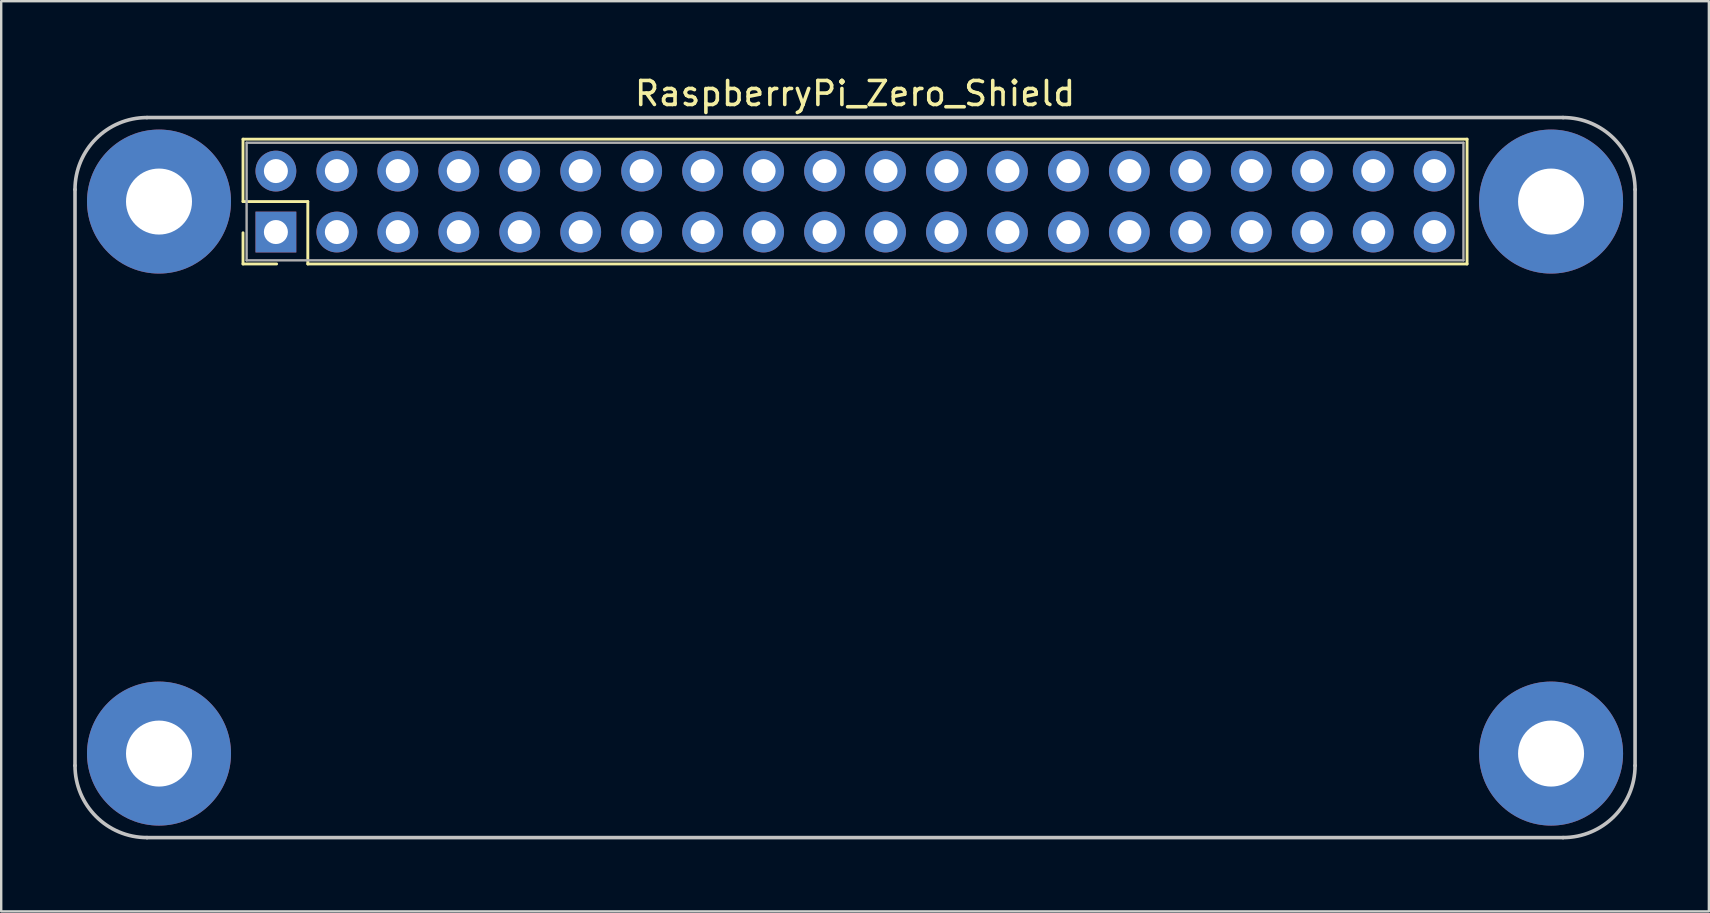
<source format=kicad_pcb>
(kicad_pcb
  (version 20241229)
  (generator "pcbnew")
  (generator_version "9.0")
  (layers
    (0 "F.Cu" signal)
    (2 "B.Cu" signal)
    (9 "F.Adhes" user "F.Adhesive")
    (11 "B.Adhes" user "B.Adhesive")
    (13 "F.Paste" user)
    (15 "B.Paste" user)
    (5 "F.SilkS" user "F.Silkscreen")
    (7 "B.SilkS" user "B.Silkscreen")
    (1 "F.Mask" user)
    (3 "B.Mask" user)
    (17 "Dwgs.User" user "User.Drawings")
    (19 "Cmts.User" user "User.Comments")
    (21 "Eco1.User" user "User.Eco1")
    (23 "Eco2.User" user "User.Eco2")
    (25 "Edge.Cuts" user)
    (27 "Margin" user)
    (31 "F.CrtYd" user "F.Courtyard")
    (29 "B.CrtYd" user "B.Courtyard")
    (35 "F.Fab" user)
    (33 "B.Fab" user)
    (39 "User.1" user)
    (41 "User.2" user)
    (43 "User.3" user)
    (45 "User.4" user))
  (footprint "RaspberryPi_Zero_Shield"
    (layer "F.Cu")
    (at 32.575 5.348)
    (property "Reference" "RaspberryPi_Zero_Shield" (at 0 -4.5 180) (layer "F.SilkS") (effects (font (size 1 1) (thickness 0.15))))
    (attr through_hole)
    (fp_line (start -25.5 -2.6) (end -25.5 0) (stroke (width 0.12) (type solid)) (layer "F.SilkS"))
    (fp_line (start -25.5 0) (end -22.8 0) (stroke (width 0.12) (type solid)) (layer "F.SilkS"))
    (fp_line (start -25.5 2.6) (end -25.5 1.3) (stroke (width 0.12) (type solid)) (layer "F.SilkS"))
    (fp_line (start -24.1 2.6) (end -25.5 2.6) (stroke (width 0.12) (type solid)) (layer "F.SilkS"))
    (fp_line (start -22.8 0) (end -22.8 2.6) (stroke (width 0.12) (type solid)) (layer "F.SilkS"))
    (fp_line (start -22.8 2.6) (end 25.5 2.6) (stroke (width 0.12) (type solid)) (layer "F.SilkS"))
    (fp_line (start 25.5 -2.6) (end -25.5 -2.6) (stroke (width 0.12) (type solid)) (layer "F.SilkS"))
    (fp_line (start 25.5 2.6) (end 25.5 -2.6) (stroke (width 0.12) (type solid)) (layer "F.SilkS"))
    (fp_line (start -32.5 23.5) (end -32.5 -0.5) (stroke (width 0.15) (type solid)) (layer "Dwgs.User"))
    (fp_line (start -29.5 -3.5) (end 29.5 -3.5) (stroke (width 0.15) (type solid)) (layer "Dwgs.User"))
    (fp_line (start 29.5 26.5) (end -29.5 26.5) (stroke (width 0.15) (type solid)) (layer "Dwgs.User"))
    (fp_line (start 32.5 -0.5) (end 32.5 23.5) (stroke (width 0.15) (type solid)) (layer "Dwgs.User"))
    (fp_arc (start -32.5 -0.5) (mid -31.623171 -2.619468) (end -29.505236 -3.499995) (stroke (width 0.15) (type solid)) (layer "Dwgs.User"))
    (fp_arc (start -29.5 26.5) (mid -31.62132 25.62132) (end -32.5 23.5) (stroke (width 0.15) (type solid)) (layer "Dwgs.User"))
    (fp_arc (start 29.5 -3.5) (mid 31.62132 -2.62132) (end 32.5 -0.5) (stroke (width 0.15) (type solid)) (layer "Dwgs.User"))
    (fp_arc (start 32.5 23.5) (mid 31.62132 25.62132) (end 29.5 26.5) (stroke (width 0.15) (type solid)) (layer "Dwgs.User"))
    (fp_line (start -25.35 -2.45) (end -25.35 2.45) (stroke (width 0.1) (type solid)) (layer "F.Fab"))
    (fp_line (start -25.35 2.45) (end 25.35 2.45) (stroke (width 0.1) (type solid)) (layer "F.Fab"))
    (fp_line (start 25.35 -2.45) (end -25.35 -2.45) (stroke (width 0.1) (type solid)) (layer "F.Fab"))
    (fp_line (start 25.35 2.45) (end 25.35 -2.45) (stroke (width 0.1) (type solid)) (layer "F.Fab"))
    (pad "1" thru_hole rect (at -24.13 1.27 90) (size 1.7 1.7) (drill 1) (layers "*.Cu" "*.Mask"))
    (pad "2" thru_hole oval (at -24.13 -1.27 90) (size 1.7 1.7) (drill 1) (layers "*.Cu" "*.Mask"))
    (pad "3" thru_hole oval (at -21.59 1.27 90) (size 1.7 1.7) (drill 1) (layers "*.Cu" "*.Mask"))
    (pad "4" thru_hole oval (at -21.59 -1.27 90) (size 1.7 1.7) (drill 1) (layers "*.Cu" "*.Mask"))
    (pad "5" thru_hole oval (at -19.05 1.27 90) (size 1.7 1.7) (drill 1) (layers "*.Cu" "*.Mask"))
    (pad "6" thru_hole circle (at -29 0) (size 6 6) (drill 2.75) (layers "*.Cu" "*.Mask"))
    (pad "6" thru_hole circle (at -29 23) (size 6 6) (drill 2.75) (layers "*.Cu" "*.Mask"))
    (pad "6" thru_hole oval (at -19.05 -1.27 90) (size 1.7 1.7) (drill 1) (layers "*.Cu" "*.Mask"))
    (pad "6" thru_hole circle (at 29 0) (size 6 6) (drill 2.75) (layers "*.Cu" "*.Mask"))
    (pad "6" thru_hole circle (at 29 23) (size 6 6) (drill 2.75) (layers "*.Cu" "*.Mask"))
    (pad "7" thru_hole oval (at -16.51 1.27 90) (size 1.7 1.7) (drill 1) (layers "*.Cu" "*.Mask"))
    (pad "8" thru_hole oval (at -16.51 -1.27 90) (size 1.7 1.7) (drill 1) (layers "*.Cu" "*.Mask"))
    (pad "9" thru_hole oval (at -13.97 1.27 90) (size 1.7 1.7) (drill 1) (layers "*.Cu" "*.Mask"))
    (pad "10" thru_hole oval (at -13.97 -1.27 90) (size 1.7 1.7) (drill 1) (layers "*.Cu" "*.Mask"))
    (pad "11" thru_hole oval (at -11.43 1.27 90) (size 1.7 1.7) (drill 1) (layers "*.Cu" "*.Mask"))
    (pad "12" thru_hole oval (at -11.43 -1.27 90) (size 1.7 1.7) (drill 1) (layers "*.Cu" "*.Mask"))
    (pad "13" thru_hole oval (at -8.89 1.27 90) (size 1.7 1.7) (drill 1) (layers "*.Cu" "*.Mask"))
    (pad "14" thru_hole oval (at -8.89 -1.27 90) (size 1.7 1.7) (drill 1) (layers "*.Cu" "*.Mask"))
    (pad "15" thru_hole oval (at -6.35 1.27 90) (size 1.7 1.7) (drill 1) (layers "*.Cu" "*.Mask"))
    (pad "16" thru_hole oval (at -6.35 -1.27 90) (size 1.7 1.7) (drill 1) (layers "*.Cu" "*.Mask"))
    (pad "17" thru_hole oval (at -3.81 1.27 90) (size 1.7 1.7) (drill 1) (layers "*.Cu" "*.Mask"))
    (pad "18" thru_hole oval (at -3.81 -1.27 90) (size 1.7 1.7) (drill 1) (layers "*.Cu" "*.Mask"))
    (pad "19" thru_hole oval (at -1.27 1.27 90) (size 1.7 1.7) (drill 1) (layers "*.Cu" "*.Mask"))
    (pad "20" thru_hole oval (at -1.27 -1.27 90) (size 1.7 1.7) (drill 1) (layers "*.Cu" "*.Mask"))
    (pad "21" thru_hole oval (at 1.27 1.27 90) (size 1.7 1.7) (drill 1) (layers "*.Cu" "*.Mask"))
    (pad "22" thru_hole oval (at 1.27 -1.27 90) (size 1.7 1.7) (drill 1) (layers "*.Cu" "*.Mask"))
    (pad "23" thru_hole oval (at 3.81 1.27 90) (size 1.7 1.7) (drill 1) (layers "*.Cu" "*.Mask"))
    (pad "24" thru_hole oval (at 3.81 -1.27 90) (size 1.7 1.7) (drill 1) (layers "*.Cu" "*.Mask"))
    (pad "25" thru_hole oval (at 6.35 1.27 90) (size 1.7 1.7) (drill 1) (layers "*.Cu" "*.Mask"))
    (pad "26" thru_hole oval (at 6.35 -1.27 90) (size 1.7 1.7) (drill 1) (layers "*.Cu" "*.Mask"))
    (pad "27" thru_hole oval (at 8.89 1.27 90) (size 1.7 1.7) (drill 1) (layers "*.Cu" "*.Mask"))
    (pad "28" thru_hole oval (at 8.89 -1.27 90) (size 1.7 1.7) (drill 1) (layers "*.Cu" "*.Mask"))
    (pad "29" thru_hole oval (at 11.43 1.27 90) (size 1.7 1.7) (drill 1) (layers "*.Cu" "*.Mask"))
    (pad "30" thru_hole oval (at 11.43 -1.27 90) (size 1.7 1.7) (drill 1) (layers "*.Cu" "*.Mask"))
    (pad "31" thru_hole oval (at 13.97 1.27 90) (size 1.7 1.7) (drill 1) (layers "*.Cu" "*.Mask"))
    (pad "32" thru_hole oval (at 13.97 -1.27 90) (size 1.7 1.7) (drill 1) (layers "*.Cu" "*.Mask"))
    (pad "33" thru_hole oval (at 16.51 1.27 90) (size 1.7 1.7) (drill 1) (layers "*.Cu" "*.Mask"))
    (pad "34" thru_hole oval (at 16.51 -1.27 90) (size 1.7 1.7) (drill 1) (layers "*.Cu" "*.Mask"))
    (pad "35" thru_hole oval (at 19.05 1.27 90) (size 1.7 1.7) (drill 1) (layers "*.Cu" "*.Mask"))
    (pad "36" thru_hole oval (at 19.05 -1.27 90) (size 1.7 1.7) (drill 1) (layers "*.Cu" "*.Mask"))
    (pad "37" thru_hole oval (at 21.59 1.27 90) (size 1.7 1.7) (drill 1) (layers "*.Cu" "*.Mask"))
    (pad "38" thru_hole oval (at 21.59 -1.27 90) (size 1.7 1.7) (drill 1) (layers "*.Cu" "*.Mask"))
    (pad "39" thru_hole oval (at 24.13 1.27 90) (size 1.7 1.7) (drill 1) (layers "*.Cu" "*.Mask"))
    (pad "40" thru_hole oval (at 24.13 -1.27 90) (size 1.7 1.7) (drill 1) (layers "*.Cu" "*.Mask")))
  (gr_rect
    (start -3 -3)
    (end 68.15 34.923)
    (stroke (width 0.1) (type default))
    (fill no)
    (layer "Edge.Cuts")))
</source>
